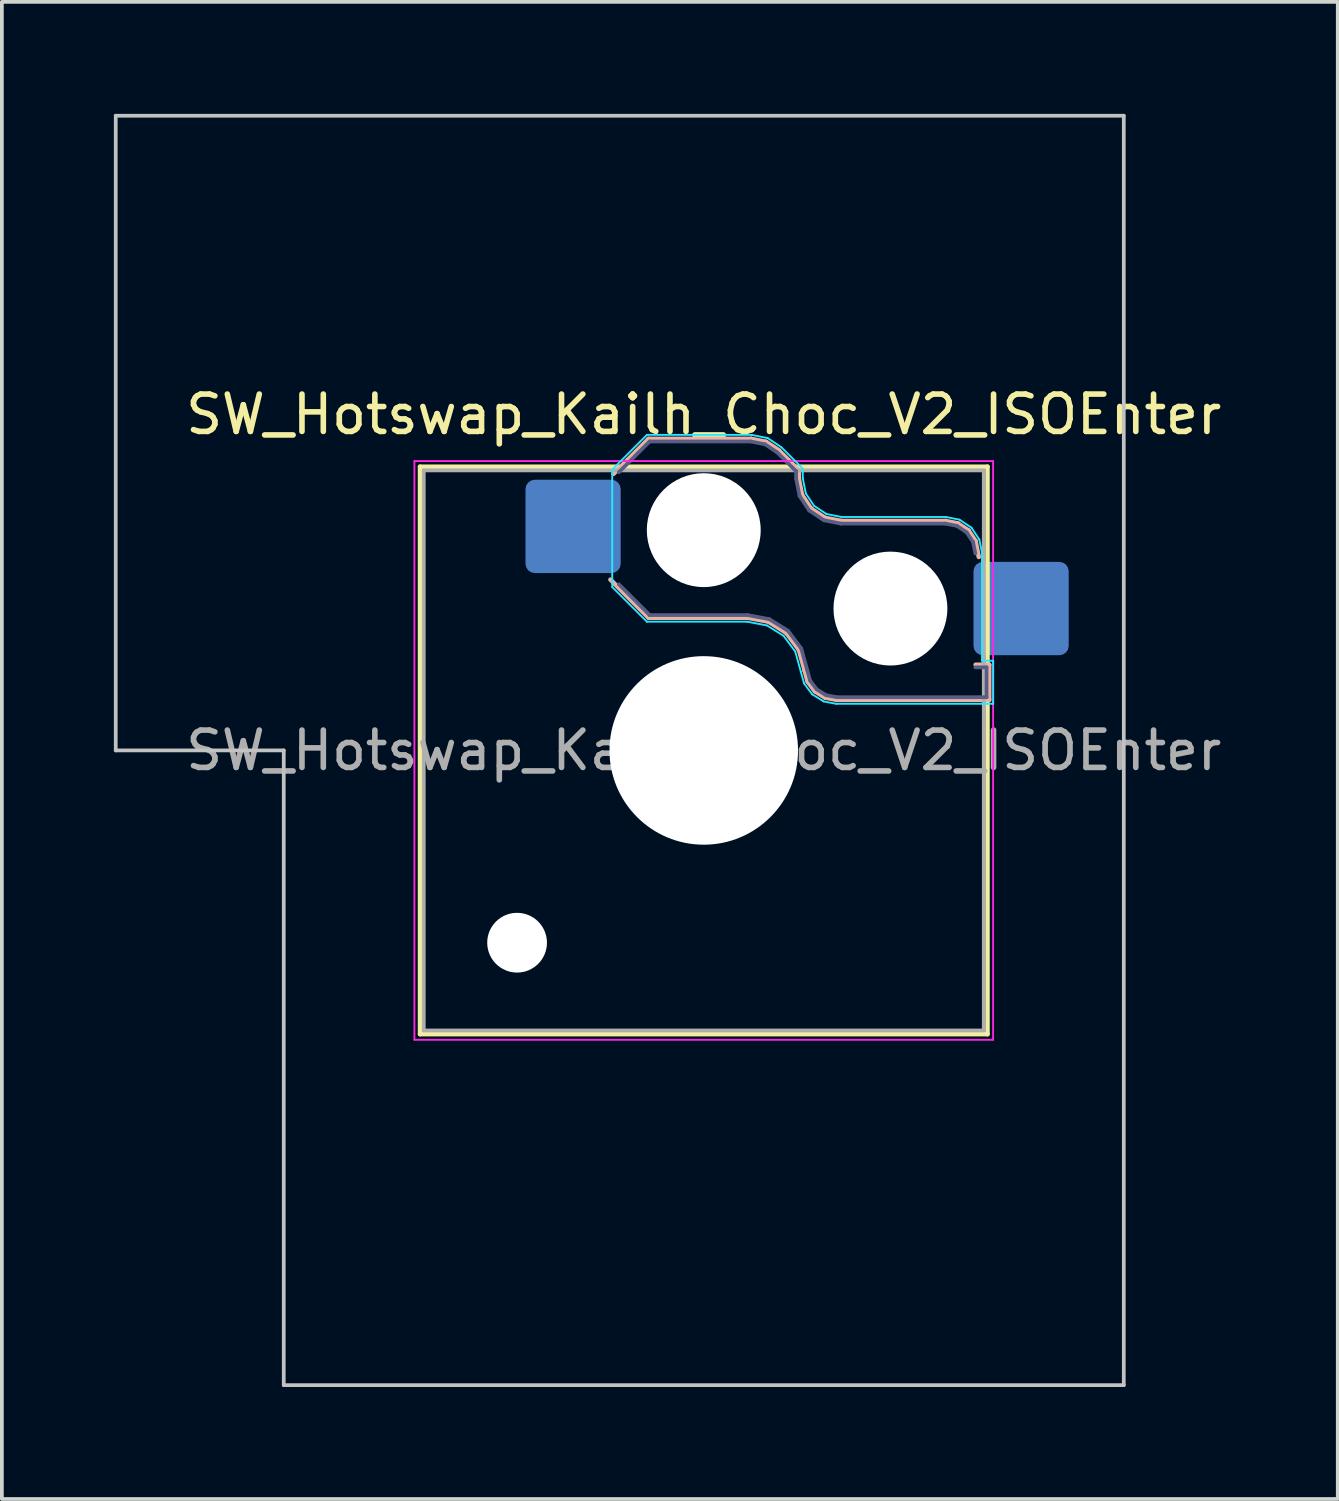
<source format=kicad_pcb>
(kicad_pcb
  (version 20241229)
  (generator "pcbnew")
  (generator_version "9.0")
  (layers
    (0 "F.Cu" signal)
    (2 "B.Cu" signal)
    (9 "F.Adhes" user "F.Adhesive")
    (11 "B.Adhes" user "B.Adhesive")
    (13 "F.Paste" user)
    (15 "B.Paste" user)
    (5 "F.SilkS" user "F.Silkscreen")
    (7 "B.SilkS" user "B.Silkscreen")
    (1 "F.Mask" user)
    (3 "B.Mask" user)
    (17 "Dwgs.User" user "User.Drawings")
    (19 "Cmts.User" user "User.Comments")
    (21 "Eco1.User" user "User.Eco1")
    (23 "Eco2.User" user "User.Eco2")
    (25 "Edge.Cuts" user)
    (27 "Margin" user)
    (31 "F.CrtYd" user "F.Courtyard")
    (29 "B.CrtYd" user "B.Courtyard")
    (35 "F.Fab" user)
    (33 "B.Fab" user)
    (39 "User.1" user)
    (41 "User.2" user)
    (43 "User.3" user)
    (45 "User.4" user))
  (footprint "SW_Hotswap_Kailh_Choc_V2_ISOEnter"
    (layer "F.Cu")
    (at 15.8 17.05)
    (property "Reference" "SW_Hotswap_Kailh_Choc_V2_ISOEnter" (at 0 -9 0) (layer "F.SilkS") (effects (font (size 1 1) (thickness 0.15))))
    (attr smd)
    (fp_line (start -7.6 -7.6) (end -7.6 7.6) (stroke (width 0.12) (type solid)) (layer "F.SilkS"))
    (fp_line (start -7.6 7.6) (end 7.6 7.6) (stroke (width 0.12) (type solid)) (layer "F.SilkS"))
    (fp_line (start 7.6 -7.6) (end -7.6 -7.6) (stroke (width 0.12) (type solid)) (layer "F.SilkS"))
    (fp_line (start 7.6 7.6) (end 7.6 -7.6) (stroke (width 0.12) (type solid)) (layer "F.SilkS"))
    (fp_line (start -2.416 -7.409) (end -1.479 -8.346) (stroke (width 0.12) (type solid)) (layer "B.SilkS"))
    (fp_line (start -1.479 -8.346) (end 1.268 -8.346) (stroke (width 0.12) (type solid)) (layer "B.SilkS"))
    (fp_line (start -1.479 -3.554) (end -2.5 -4.575) (stroke (width 0.12) (type solid)) (layer "B.SilkS"))
    (fp_line (start 1.168 -3.554) (end -1.479 -3.554) (stroke (width 0.12) (type solid)) (layer "B.SilkS"))
    (fp_line (start 1.268 -8.346) (end 1.671 -8.266) (stroke (width 0.12) (type solid)) (layer "B.SilkS"))
    (fp_line (start 1.671 -8.266) (end 2.013 -8.037) (stroke (width 0.12) (type solid)) (layer "B.SilkS"))
    (fp_line (start 1.73 -3.449) (end 1.168 -3.554) (stroke (width 0.12) (type solid)) (layer "B.SilkS"))
    (fp_line (start 2.013 -8.037) (end 2.546 -7.504) (stroke (width 0.12) (type solid)) (layer "B.SilkS"))
    (fp_line (start 2.209 -3.15) (end 1.73 -3.449) (stroke (width 0.12) (type solid)) (layer "B.SilkS"))
    (fp_line (start 2.546 -7.504) (end 2.546 -7.282) (stroke (width 0.12) (type solid)) (layer "B.SilkS"))
    (fp_line (start 2.546 -7.282) (end 2.633 -6.844) (stroke (width 0.12) (type solid)) (layer "B.SilkS"))
    (fp_line (start 2.547 -2.697) (end 2.209 -3.15) (stroke (width 0.12) (type solid)) (layer "B.SilkS"))
    (fp_line (start 2.633 -6.844) (end 2.877 -6.477) (stroke (width 0.12) (type solid)) (layer "B.SilkS"))
    (fp_line (start 2.701 -2.139) (end 2.547 -2.697) (stroke (width 0.12) (type solid)) (layer "B.SilkS"))
    (fp_line (start 2.783 -1.841) (end 2.701 -2.139) (stroke (width 0.12) (type solid)) (layer "B.SilkS"))
    (fp_line (start 2.877 -6.477) (end 3.244 -6.233) (stroke (width 0.12) (type solid)) (layer "B.SilkS"))
    (fp_line (start 2.976 -1.583) (end 2.783 -1.841) (stroke (width 0.12) (type solid)) (layer "B.SilkS"))
    (fp_line (start 3.244 -6.233) (end 3.682 -6.146) (stroke (width 0.12) (type solid)) (layer "B.SilkS"))
    (fp_line (start 3.25 -1.413) (end 2.976 -1.583) (stroke (width 0.12) (type solid)) (layer "B.SilkS"))
    (fp_line (start 3.56 -1.354) (end 3.25 -1.413) (stroke (width 0.12) (type solid)) (layer "B.SilkS"))
    (fp_line (start 3.682 -6.146) (end 6.482 -6.146) (stroke (width 0.12) (type solid)) (layer "B.SilkS"))
    (fp_line (start 6.482 -6.146) (end 6.809 -6.081) (stroke (width 0.12) (type solid)) (layer "B.SilkS"))
    (fp_line (start 6.809 -6.081) (end 7.092 -5.892) (stroke (width 0.12) (type solid)) (layer "B.SilkS"))
    (fp_line (start 7.092 -5.892) (end 7.281 -5.609) (stroke (width 0.12) (type solid)) (layer "B.SilkS"))
    (fp_line (start 7.281 -5.609) (end 7.366 -5.182) (stroke (width 0.12) (type solid)) (layer "B.SilkS"))
    (fp_line (start 7.283 -2.296) (end 7.646 -2.296) (stroke (width 0.12) (type solid)) (layer "B.SilkS"))
    (fp_line (start 7.646 -2.296) (end 7.646 -1.354) (stroke (width 0.12) (type solid)) (layer "B.SilkS"))
    (fp_line (start 7.646 -1.354) (end 3.56 -1.354) (stroke (width 0.12) (type solid)) (layer "B.SilkS"))
    (fp_line (start -15.75 -17) (end -15.75 0) (stroke (width 0.1) (type solid)) (layer "Dwgs.User"))
    (fp_line (start -15.75 0) (end -11.25 0) (stroke (width 0.1) (type solid)) (layer "Dwgs.User"))
    (fp_line (start -11.25 0) (end -11.25 17) (stroke (width 0.1) (type solid)) (layer "Dwgs.User"))
    (fp_line (start -11.25 17) (end 11.25 17) (stroke (width 0.1) (type solid)) (layer "Dwgs.User"))
    (fp_line (start 11.25 -17) (end -15.75 -17) (stroke (width 0.1) (type solid)) (layer "Dwgs.User"))
    (fp_line (start 11.25 17) (end 11.25 -17) (stroke (width 0.1) (type solid)) (layer "Dwgs.User"))
    (fp_line (start -7.25 -7.25) (end -7.25 7.25) (stroke (width 0.1) (type solid)) (layer "Eco1.User"))
    (fp_line (start -7.25 7.25) (end 7.25 7.25) (stroke (width 0.1) (type solid)) (layer "Eco1.User"))
    (fp_line (start 7.25 -7.25) (end -7.25 -7.25) (stroke (width 0.1) (type solid)) (layer "Eco1.User"))
    (fp_line (start 7.25 7.25) (end 7.25 -7.25) (stroke (width 0.1) (type solid)) (layer "Eco1.User"))
    (fp_line (start -2.452 -7.523) (end -1.523 -8.452) (stroke (width 0.05) (type solid)) (layer "B.CrtYd"))
    (fp_line (start -2.452 -4.377) (end -2.452 -7.523) (stroke (width 0.05) (type solid)) (layer "B.CrtYd"))
    (fp_line (start -1.523 -8.452) (end 1.278 -8.452) (stroke (width 0.05) (type solid)) (layer "B.CrtYd"))
    (fp_line (start -1.523 -3.448) (end -2.452 -4.377) (stroke (width 0.05) (type solid)) (layer "B.CrtYd"))
    (fp_line (start 1.159 -3.448) (end -1.523 -3.448) (stroke (width 0.05) (type solid)) (layer "B.CrtYd"))
    (fp_line (start 1.278 -8.452) (end 1.712 -8.366) (stroke (width 0.05) (type solid)) (layer "B.CrtYd"))
    (fp_line (start 1.691 -3.348) (end 1.159 -3.448) (stroke (width 0.05) (type solid)) (layer "B.CrtYd"))
    (fp_line (start 1.712 -8.366) (end 2.081 -8.119) (stroke (width 0.05) (type solid)) (layer "B.CrtYd"))
    (fp_line (start 2.081 -8.119) (end 2.652 -7.548) (stroke (width 0.05) (type solid)) (layer "B.CrtYd"))
    (fp_line (start 2.136 -3.071) (end 1.691 -3.348) (stroke (width 0.05) (type solid)) (layer "B.CrtYd"))
    (fp_line (start 2.45 -2.65) (end 2.136 -3.071) (stroke (width 0.05) (type solid)) (layer "B.CrtYd"))
    (fp_line (start 2.599 -2.111) (end 2.45 -2.65) (stroke (width 0.05) (type solid)) (layer "B.CrtYd"))
    (fp_line (start 2.652 -7.548) (end 2.652 -7.292) (stroke (width 0.05) (type solid)) (layer "B.CrtYd"))
    (fp_line (start 2.652 -7.292) (end 2.733 -6.885) (stroke (width 0.05) (type solid)) (layer "B.CrtYd"))
    (fp_line (start 2.687 -1.794) (end 2.599 -2.111) (stroke (width 0.05) (type solid)) (layer "B.CrtYd"))
    (fp_line (start 2.733 -6.885) (end 2.953 -6.553) (stroke (width 0.05) (type solid)) (layer "B.CrtYd"))
    (fp_line (start 2.903 -1.503) (end 2.687 -1.794) (stroke (width 0.05) (type solid)) (layer "B.CrtYd"))
    (fp_line (start 2.953 -6.553) (end 3.285 -6.333) (stroke (width 0.05) (type solid)) (layer "B.CrtYd"))
    (fp_line (start 3.211 -1.312) (end 2.903 -1.503) (stroke (width 0.05) (type solid)) (layer "B.CrtYd"))
    (fp_line (start 3.285 -6.333) (end 3.692 -6.252) (stroke (width 0.05) (type solid)) (layer "B.CrtYd"))
    (fp_line (start 3.55 -1.248) (end 3.211 -1.312) (stroke (width 0.05) (type solid)) (layer "B.CrtYd"))
    (fp_line (start 3.692 -6.252) (end 6.492 -6.252) (stroke (width 0.05) (type solid)) (layer "B.CrtYd"))
    (fp_line (start 6.492 -6.252) (end 6.85 -6.181) (stroke (width 0.05) (type solid)) (layer "B.CrtYd"))
    (fp_line (start 6.85 -6.181) (end 7.168 -5.968) (stroke (width 0.05) (type solid)) (layer "B.CrtYd"))
    (fp_line (start 7.168 -5.968) (end 7.381 -5.65) (stroke (width 0.05) (type solid)) (layer "B.CrtYd"))
    (fp_line (start 7.381 -5.65) (end 7.452 -5.292) (stroke (width 0.05) (type solid)) (layer "B.CrtYd"))
    (fp_line (start 7.452 -5.292) (end 7.452 -2.402) (stroke (width 0.05) (type solid)) (layer "B.CrtYd"))
    (fp_line (start 7.452 -2.402) (end 7.752 -2.402) (stroke (width 0.05) (type solid)) (layer "B.CrtYd"))
    (fp_line (start 7.752 -2.402) (end 7.752 -1.248) (stroke (width 0.05) (type solid)) (layer "B.CrtYd"))
    (fp_line (start 7.752 -1.248) (end 3.55 -1.248) (stroke (width 0.05) (type solid)) (layer "B.CrtYd"))
    (fp_line (start -7.75 -7.75) (end -7.75 7.75) (stroke (width 0.05) (type solid)) (layer "F.CrtYd"))
    (fp_line (start -7.75 7.75) (end 7.75 7.75) (stroke (width 0.05) (type solid)) (layer "F.CrtYd"))
    (fp_line (start 7.75 -7.75) (end -7.75 -7.75) (stroke (width 0.05) (type solid)) (layer "F.CrtYd"))
    (fp_line (start 7.75 7.75) (end 7.75 -7.75) (stroke (width 0.05) (type solid)) (layer "F.CrtYd"))
    (fp_line (start -2.275 -7.45) (end -1.45 -8.275) (stroke (width 0.1) (type solid)) (layer "B.Fab"))
    (fp_line (start -1.45 -8.275) (end 1.261 -8.275) (stroke (width 0.1) (type solid)) (layer "B.Fab"))
    (fp_line (start -1.45 -3.625) (end -2.275 -4.45) (stroke (width 0.1) (type solid)) (layer "B.Fab"))
    (fp_line (start 1.175 -3.625) (end -1.45 -3.625) (stroke (width 0.1) (type solid)) (layer "B.Fab"))
    (fp_line (start 1.261 -8.275) (end 1.643 -8.199) (stroke (width 0.1) (type solid)) (layer "B.Fab"))
    (fp_line (start 1.643 -8.199) (end 1.968 -7.982) (stroke (width 0.1) (type solid)) (layer "B.Fab"))
    (fp_line (start 1.756 -3.516) (end 1.175 -3.625) (stroke (width 0.1) (type solid)) (layer "B.Fab"))
    (fp_line (start 1.968 -7.982) (end 2.475 -7.475) (stroke (width 0.1) (type solid)) (layer "B.Fab"))
    (fp_line (start 2.258 -3.203) (end 1.756 -3.516) (stroke (width 0.1) (type solid)) (layer "B.Fab"))
    (fp_line (start 2.475 -7.475) (end 2.475 -7.275) (stroke (width 0.1) (type solid)) (layer "B.Fab"))
    (fp_line (start 2.475 -7.275) (end 2.566 -6.816) (stroke (width 0.1) (type solid)) (layer "B.Fab"))
    (fp_line (start 2.566 -6.816) (end 2.826 -6.426) (stroke (width 0.1) (type solid)) (layer "B.Fab"))
    (fp_line (start 2.612 -2.729) (end 2.258 -3.203) (stroke (width 0.1) (type solid)) (layer "B.Fab"))
    (fp_line (start 2.769 -2.158) (end 2.612 -2.729) (stroke (width 0.1) (type solid)) (layer "B.Fab"))
    (fp_line (start 2.826 -6.426) (end 3.216 -6.166) (stroke (width 0.1) (type solid)) (layer "B.Fab"))
    (fp_line (start 2.848 -1.873) (end 2.769 -2.158) (stroke (width 0.1) (type solid)) (layer "B.Fab"))
    (fp_line (start 3.025 -1.636) (end 2.848 -1.873) (stroke (width 0.1) (type solid)) (layer "B.Fab"))
    (fp_line (start 3.216 -6.166) (end 3.675 -6.075) (stroke (width 0.1) (type solid)) (layer "B.Fab"))
    (fp_line (start 3.276 -1.48) (end 3.025 -1.636) (stroke (width 0.1) (type solid)) (layer "B.Fab"))
    (fp_line (start 3.567 -1.425) (end 3.276 -1.48) (stroke (width 0.1) (type solid)) (layer "B.Fab"))
    (fp_line (start 3.675 -6.075) (end 6.475 -6.075) (stroke (width 0.1) (type solid)) (layer "B.Fab"))
    (fp_line (start 6.475 -6.075) (end 6.781 -6.014) (stroke (width 0.1) (type solid)) (layer "B.Fab"))
    (fp_line (start 6.781 -6.014) (end 7.041 -5.841) (stroke (width 0.1) (type solid)) (layer "B.Fab"))
    (fp_line (start 7.041 -5.841) (end 7.214 -5.581) (stroke (width 0.1) (type solid)) (layer "B.Fab"))
    (fp_line (start 7.214 -5.581) (end 7.275 -5.275) (stroke (width 0.1) (type solid)) (layer "B.Fab"))
    (fp_line (start 7.275 -2.225) (end 7.575 -2.225) (stroke (width 0.1) (type solid)) (layer "B.Fab"))
    (fp_line (start 7.575 -2.225) (end 7.575 -1.425) (stroke (width 0.1) (type solid)) (layer "B.Fab"))
    (fp_line (start 7.575 -1.425) (end 3.567 -1.425) (stroke (width 0.1) (type solid)) (layer "B.Fab"))
    (fp_line (start -7.5 -7.5) (end -7.5 7.5) (stroke (width 0.1) (type solid)) (layer "F.Fab"))
    (fp_line (start -7.5 7.5) (end 7.5 7.5) (stroke (width 0.1) (type solid)) (layer "F.Fab"))
    (fp_line (start 7.5 -7.5) (end -7.5 -7.5) (stroke (width 0.1) (type solid)) (layer "F.Fab"))
    (fp_line (start 7.5 7.5) (end 7.5 -7.5) (stroke (width 0.1) (type solid)) (layer "F.Fab"))
    (fp_text user "${REFERENCE}" (at 0 0 0) (layer "F.Fab") (effects (font (size 1 1) (thickness 0.15))))
    (pad "" np_thru_hole circle (at -5 5.15) (size 1.6 1.6) (drill 1.6) (layers "*.Cu" "*.Mask"))
    (pad "" np_thru_hole circle (at 0 -5.9) (size 3.05 3.05) (drill 3.05) (layers "*.Cu" "*.Mask"))
    (pad "" np_thru_hole circle (at 0 0) (size 5.05 5.05) (drill 5.05) (layers "*.Cu" "*.Mask"))
    (pad "" np_thru_hole circle (at 5 -3.8) (size 3.05 3.05) (drill 3.05) (layers "*.Cu" "*.Mask"))
    (pad "1" smd roundrect (at -3.5 -6) (size 2.55 2.5) (layers "B.Cu" "B.Mask" "B.Paste") (roundrect_rratio 0.1))
    (pad "2" smd roundrect (at 8.5 -3.8) (size 2.55 2.5) (layers "B.Cu" "B.Mask" "B.Paste") (roundrect_rratio 0.1)))
  (gr_rect
    (start -3 -3)
    (end 32.782 37.1)
    (stroke (width 0.1) (type default))
    (fill no)
    (layer "Edge.Cuts")))
</source>
